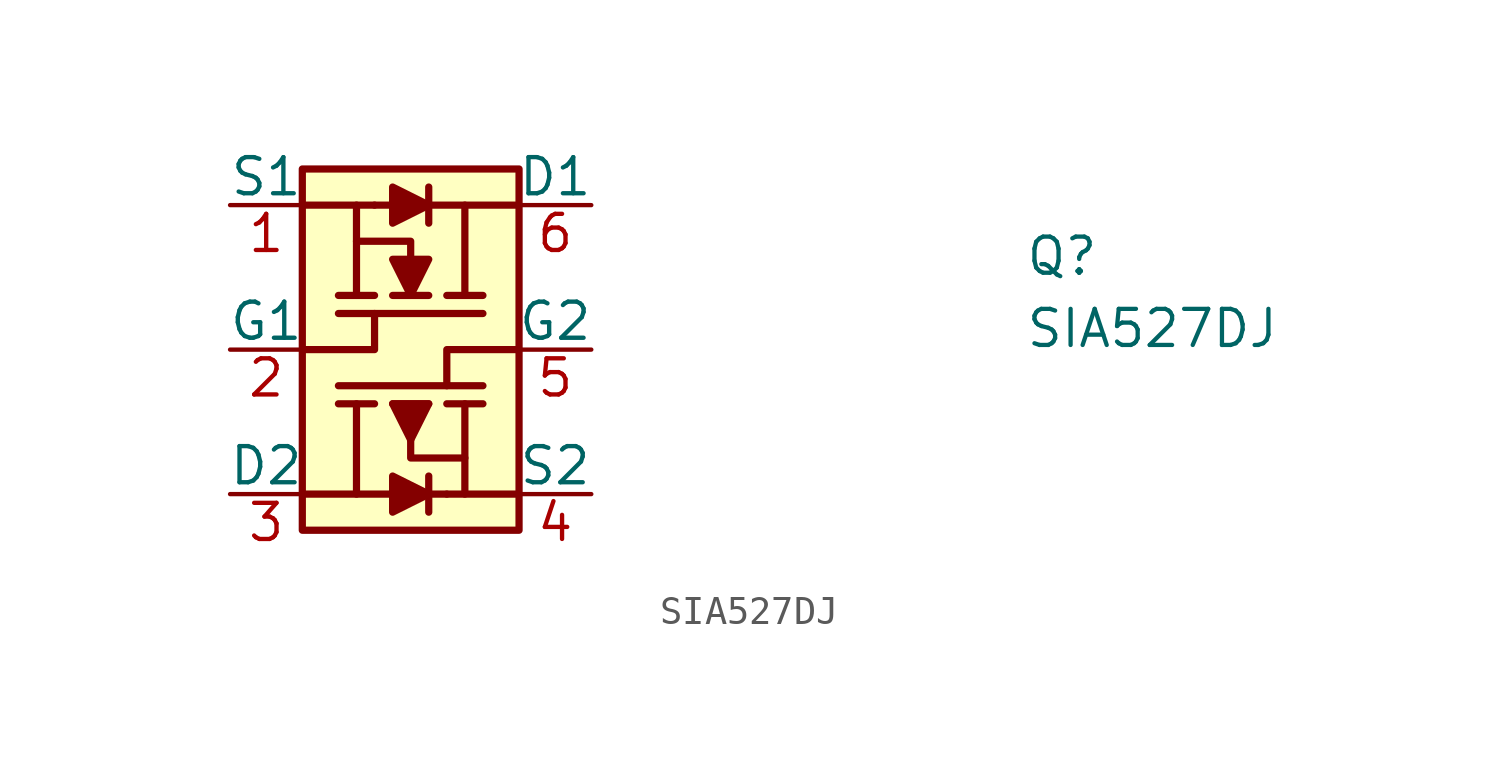
<source format=kicad_sym>
(kicad_symbol_lib
  (version 20211014)
  (generator kicad_symbol_editor)
  (symbol "SIA527DJ"
    (pin_names
      (offset 0))
    (property "Reference" "Q"
      (at 27.94 -2.54 0)
      (effects (font (size 1.27 1.27) (thickness 0.15)) (justify left bottom)))
    (property "Value" "SIA527DJ"
      (at 27.94 -5.08 0)
      (effects (font (size 1.27 1.27) (thickness 0.15)) (justify left bottom)))
    (symbol "SIA527DJ_1_1"
      (polyline (pts (xy 3.81 -6.35) (xy 8.89 -6.35)) (stroke (width 0.254) (type default) (color 0 0 0 0)) (fill (type background)))
      (polyline (pts (xy 4.445 -6.985) (xy 4.445 -10.16)) (stroke (width 0.254) (type default) (color 0 0 0 0)) (fill (type background)))
      (polyline (pts (xy 4.445 -1.27) (xy 4.445 0)) (stroke (width 0.254) (type default) (color 0 0 0 0)) (fill (type background)))
      (polyline (pts (xy 5.08 -6.985) (xy 3.81 -6.985)) (stroke (width 0.254) (type default) (color 0 0 0 0)) (fill (type background)))
      (polyline (pts (xy 5.08 -3.175) (xy 3.81 -3.175)) (stroke (width 0.254) (type default) (color 0 0 0 0)) (fill (type background)))
      (polyline (pts (xy 5.08 0) (xy 2.54 0)) (stroke (width 0.254) (type default) (color 0 0 0 0)) (fill (type background)))
      (polyline (pts (xy 5.08 0) (xy 10.16 0)) (stroke (width 0.254) (type default) (color 0 0 0 0)) (fill (type background)))
      (polyline (pts (xy 5.715 -3.175) (xy 6.985 -3.175)) (stroke (width 0.254) (type default) (color 0 0 0 0)) (fill (type background)))
      (polyline (pts (xy 6.985 -9.525) (xy 6.985 -10.795)) (stroke (width 0.254) (type default) (color 0 0 0 0)) (fill (type background)))
      (polyline (pts (xy 6.985 -6.985) (xy 5.715 -6.985)) (stroke (width 0.254) (type default) (color 0 0 0 0)) (fill (type background)))
      (polyline (pts (xy 6.985 -0.635) (xy 6.985 0.635)) (stroke (width 0.254) (type default) (color 0 0 0 0)) (fill (type background)))
      (polyline (pts (xy 7.62 -10.16) (xy 2.54 -10.16)) (stroke (width 0.254) (type default) (color 0 0 0 0)) (fill (type background)))
      (polyline (pts (xy 7.62 -10.16) (xy 10.16 -10.16)) (stroke (width 0.254) (type default) (color 0 0 0 0)) (fill (type background)))
      (polyline (pts (xy 7.62 -6.985) (xy 8.89 -6.985)) (stroke (width 0.254) (type default) (color 0 0 0 0)) (fill (type background)))
      (polyline (pts (xy 7.62 -3.175) (xy 8.89 -3.175)) (stroke (width 0.254) (type default) (color 0 0 0 0)) (fill (type background)))
      (polyline (pts (xy 8.255 -8.89) (xy 8.255 -10.16)) (stroke (width 0.254) (type default) (color 0 0 0 0)) (fill (type background)))
      (polyline (pts (xy 8.255 -3.175) (xy 8.255 0)) (stroke (width 0.254) (type default) (color 0 0 0 0)) (fill (type background)))
      (polyline (pts (xy 8.89 -3.81) (xy 3.81 -3.81)) (stroke (width 0.254) (type default) (color 0 0 0 0)) (fill (type background)))
      (polyline (pts (xy 2.54 -5.08) (xy 5.08 -5.08) (xy 5.08 -3.81)) (stroke (width 0.254) (type default) (color 0 0 0 0)) (fill (type background)))
      (polyline (pts (xy 10.16 -5.08) (xy 7.62 -5.08) (xy 7.62 -6.35)) (stroke (width 0.254) (type default) (color 0 0 0 0)) (fill (type background)))
      (polyline (pts (xy 5.715 -10.795) (xy 6.985 -10.16) (xy 5.715 -9.525) (xy 5.715 -10.795)) (stroke (width 0.254) (type default) (color 0 0 0 0)) (fill (type outline)))
      (polyline (pts (xy 5.715 -6.985) (xy 6.35 -8.255) (xy 6.985 -6.985) (xy 5.715 -6.985)) (stroke (width 0.254) (type default) (color 0 0 0 0)) (fill (type outline)))
      (polyline (pts (xy 5.715 -1.905) (xy 6.35 -3.175) (xy 6.985 -1.905) (xy 5.715 -1.905)) (stroke (width 0.254) (type default) (color 0 0 0 0)) (fill (type outline)))
      (polyline (pts (xy 5.715 -0.635) (xy 6.985 0) (xy 5.715 0.635) (xy 5.715 -0.635)) (stroke (width 0.254) (type default) (color 0 0 0 0)) (fill (type outline)))
      (polyline (pts (xy 6.35 -8.255) (xy 6.35 -8.89) (xy 8.255 -8.89) (xy 8.255 -6.985)) (stroke (width 0.254) (type default) (color 0 0 0 0)) (fill (type background)))
      (polyline (pts (xy 6.35 -1.905) (xy 6.35 -1.27) (xy 4.445 -1.27) (xy 4.445 -3.175)) (stroke (width 0.254) (type default) (color 0 0 0 0)) (fill (type background)))
      (polyline (pts (xy 2.54 1.27) (xy 10.16 1.27) (xy 10.16 -11.43) (xy 2.54 -11.43) (xy 2.54 1.27)) (stroke (width 0.254) (type default) (color 0 0 0 0)) (fill (type background)))
      (pin input line (at 0 0 0) (length 2.54) (name "S1" (effects (font (size 1.27 1.27)))) (number "1" (effects (font (size 1.27 1.27)))))
      (pin input line (at 0 -5.08 0) (length 2.54) (name "G1" (effects (font (size 1.27 1.27)))) (number "2" (effects (font (size 1.27 1.27)))))
      (pin output line (at 0 -10.16 0) (length 2.54) (name "D2" (effects (font (size 1.27 1.27)))) (number "3" (effects (font (size 1.27 1.27)))))
      (pin input line (at 12.7 -10.16 180) (length 2.54) (name "S2" (effects (font (size 1.27 1.27)))) (number "4" (effects (font (size 1.27 1.27)))))
      (pin input line (at 12.7 -5.08 180) (length 2.54) (name "G2" (effects (font (size 1.27 1.27)))) (number "5" (effects (font (size 1.27 1.27)))))
      (pin output line (at 12.7 0 180) (length 2.54) (name "D1" (effects (font (size 1.27 1.27)))) (number "6" (effects (font (size 1.27 1.27))))))))
</source>
